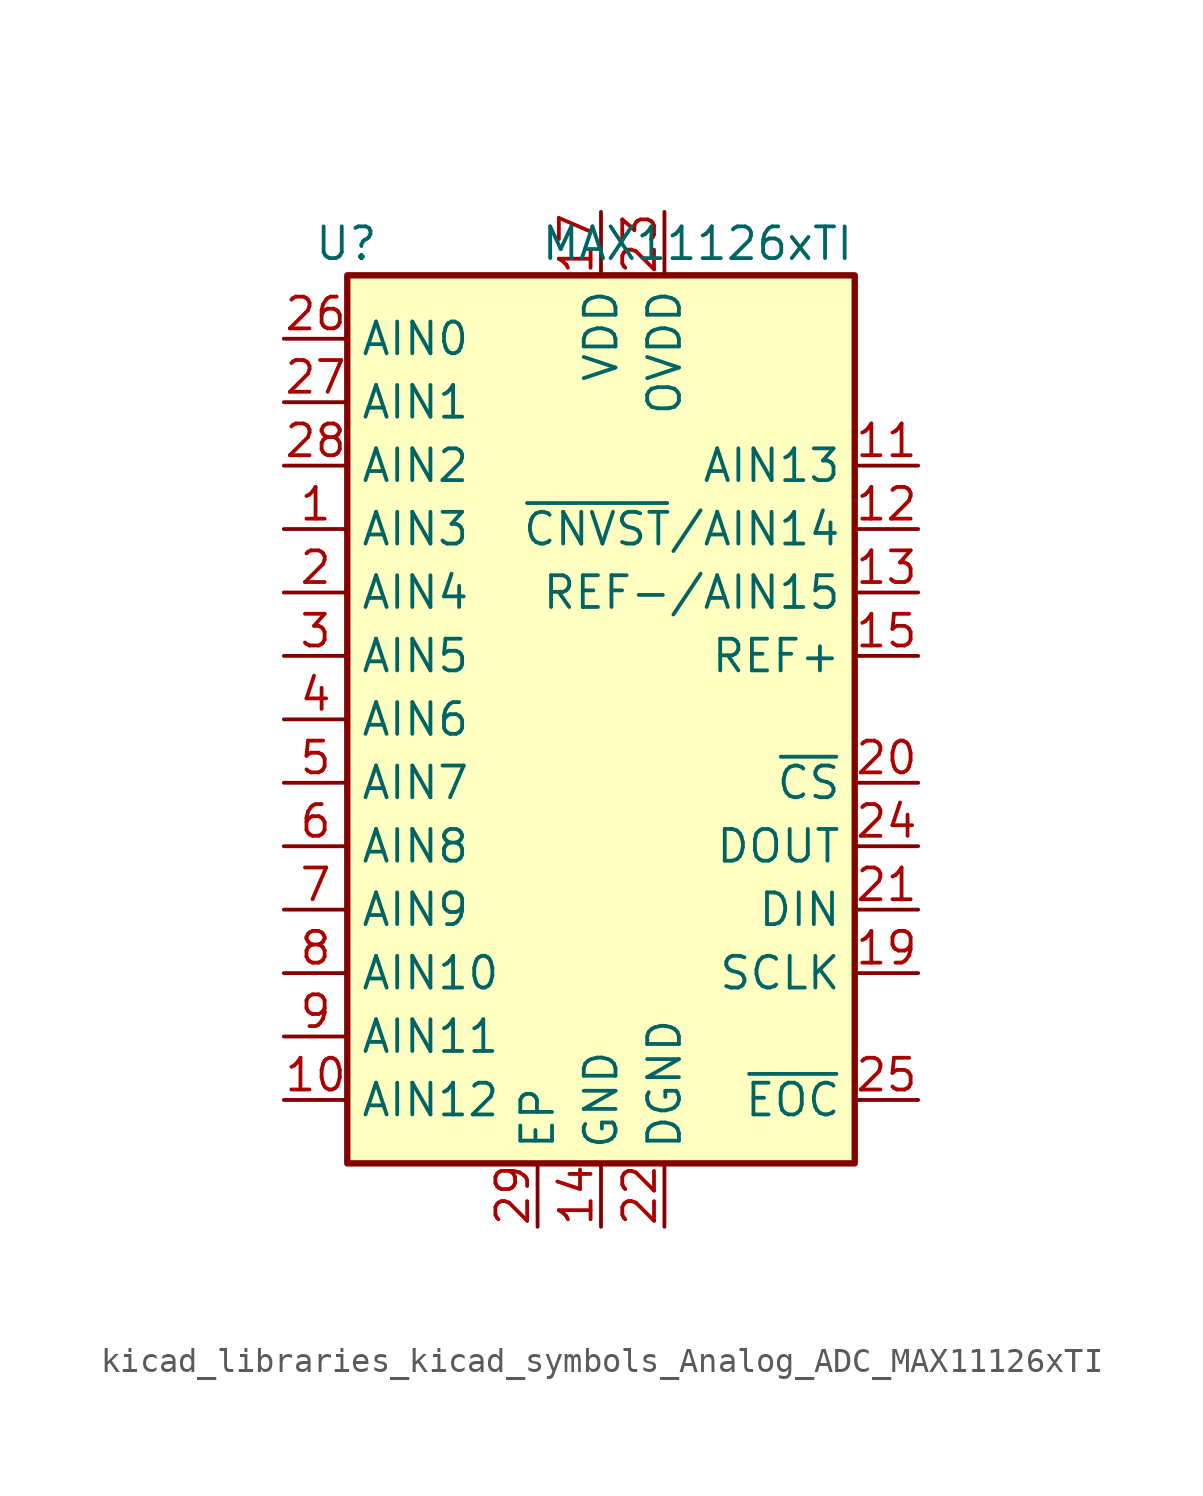
<source format=kicad_sym>
(kicad_symbol_lib
  (version 20220914)
  (generator kicad_symbol_editor)
  (symbol "kicad_libraries_kicad_symbols_Analog_ADC_MAX11126xTI"
    (property "Reference" "U"
      (at -8.89 19.05 0)
      (effects (font (size 1.27 1.27)) (justify right)))
    (property "Value" "MAX11126xTI"
      (at 10.16 19.05 0)
      (effects (font (size 1.27 1.27)) (justify right)))
    (symbol "kicad_libraries_kicad_symbols_Analog_ADC_MAX11126xTI_0_1"
      (rectangle (start 10.16 17.78) (end -10.16 -17.78) (stroke (width 0.254) (type default)) (fill (type background))))
    (symbol "kicad_libraries_kicad_symbols_Analog_ADC_MAX11126xTI_1_1"
      (pin input line (at -12.7 7.62 0) (length 2.54) (name "AIN3" (effects (font (size 1.27 1.27)))) (number "1" (effects (font (size 1.27 1.27)))))
      (pin input line (at -12.7 -15.24 0) (length 2.54) (name "AIN12" (effects (font (size 1.27 1.27)))) (number "10" (effects (font (size 1.27 1.27)))))
      (pin input line (at 12.7 10.16 180) (length 2.54) (name "AIN13" (effects (font (size 1.27 1.27)))) (number "11" (effects (font (size 1.27 1.27)))))
      (pin input line (at 12.7 7.62 180) (length 2.54) (name "~{CNVST}/AIN14" (effects (font (size 1.27 1.27)))) (number "12" (effects (font (size 1.27 1.27)))))
      (pin input line (at 12.7 5.08 180) (length 2.54) (name "REF-/AIN15" (effects (font (size 1.27 1.27)))) (number "13" (effects (font (size 1.27 1.27)))))
      (pin power_in line (at 0 -20.32 90) (length 2.54) (name "GND" (effects (font (size 1.27 1.27)))) (number "14" (effects (font (size 1.27 1.27)))))
      (pin input line (at 12.7 2.54 180) (length 2.54) (name "REF+" (effects (font (size 1.27 1.27)))) (number "15" (effects (font (size 1.27 1.27)))))
      (pin passive line (at 0 -20.32 90) (length 2.54) hide (name "GND" (effects (font (size 1.27 1.27)))) (number "16" (effects (font (size 1.27 1.27)))))
      (pin power_in line (at 0 20.32 270) (length 2.54) (name "VDD" (effects (font (size 1.27 1.27)))) (number "17" (effects (font (size 1.27 1.27)))))
      (pin passive line (at 0 20.32 270) (length 2.54) hide (name "VDD" (effects (font (size 1.27 1.27)))) (number "18" (effects (font (size 1.27 1.27)))))
      (pin input line (at 12.7 -10.16 180) (length 2.54) (name "SCLK" (effects (font (size 1.27 1.27)))) (number "19" (effects (font (size 1.27 1.27)))))
      (pin input line (at -12.7 5.08 0) (length 2.54) (name "AIN4" (effects (font (size 1.27 1.27)))) (number "2" (effects (font (size 1.27 1.27)))))
      (pin input line (at 12.7 -2.54 180) (length 2.54) (name "~{CS}" (effects (font (size 1.27 1.27)))) (number "20" (effects (font (size 1.27 1.27)))))
      (pin input line (at 12.7 -7.62 180) (length 2.54) (name "DIN" (effects (font (size 1.27 1.27)))) (number "21" (effects (font (size 1.27 1.27)))))
      (pin power_in line (at 2.54 -20.32 90) (length 2.54) (name "DGND" (effects (font (size 1.27 1.27)))) (number "22" (effects (font (size 1.27 1.27)))))
      (pin power_in line (at 2.54 20.32 270) (length 2.54) (name "OVDD" (effects (font (size 1.27 1.27)))) (number "23" (effects (font (size 1.27 1.27)))))
      (pin output line (at 12.7 -5.08 180) (length 2.54) (name "DOUT" (effects (font (size 1.27 1.27)))) (number "24" (effects (font (size 1.27 1.27)))))
      (pin output line (at 12.7 -15.24 180) (length 2.54) (name "~{EOC}" (effects (font (size 1.27 1.27)))) (number "25" (effects (font (size 1.27 1.27)))))
      (pin input line (at -12.7 15.24 0) (length 2.54) (name "AIN0" (effects (font (size 1.27 1.27)))) (number "26" (effects (font (size 1.27 1.27)))))
      (pin input line (at -12.7 12.7 0) (length 2.54) (name "AIN1" (effects (font (size 1.27 1.27)))) (number "27" (effects (font (size 1.27 1.27)))))
      (pin input line (at -12.7 10.16 0) (length 2.54) (name "AIN2" (effects (font (size 1.27 1.27)))) (number "28" (effects (font (size 1.27 1.27)))))
      (pin power_in line (at -2.54 -20.32 90) (length 2.54) (name "EP" (effects (font (size 1.27 1.27)))) (number "29" (effects (font (size 1.27 1.27)))))
      (pin input line (at -12.7 2.54 0) (length 2.54) (name "AIN5" (effects (font (size 1.27 1.27)))) (number "3" (effects (font (size 1.27 1.27)))))
      (pin input line (at -12.7 0 0) (length 2.54) (name "AIN6" (effects (font (size 1.27 1.27)))) (number "4" (effects (font (size 1.27 1.27)))))
      (pin input line (at -12.7 -2.54 0) (length 2.54) (name "AIN7" (effects (font (size 1.27 1.27)))) (number "5" (effects (font (size 1.27 1.27)))))
      (pin input line (at -12.7 -5.08 0) (length 2.54) (name "AIN8" (effects (font (size 1.27 1.27)))) (number "6" (effects (font (size 1.27 1.27)))))
      (pin input line (at -12.7 -7.62 0) (length 2.54) (name "AIN9" (effects (font (size 1.27 1.27)))) (number "7" (effects (font (size 1.27 1.27)))))
      (pin input line (at -12.7 -10.16 0) (length 2.54) (name "AIN10" (effects (font (size 1.27 1.27)))) (number "8" (effects (font (size 1.27 1.27)))))
      (pin input line (at -12.7 -12.7 0) (length 2.54) (name "AIN11" (effects (font (size 1.27 1.27)))) (number "9" (effects (font (size 1.27 1.27))))))))
</source>
